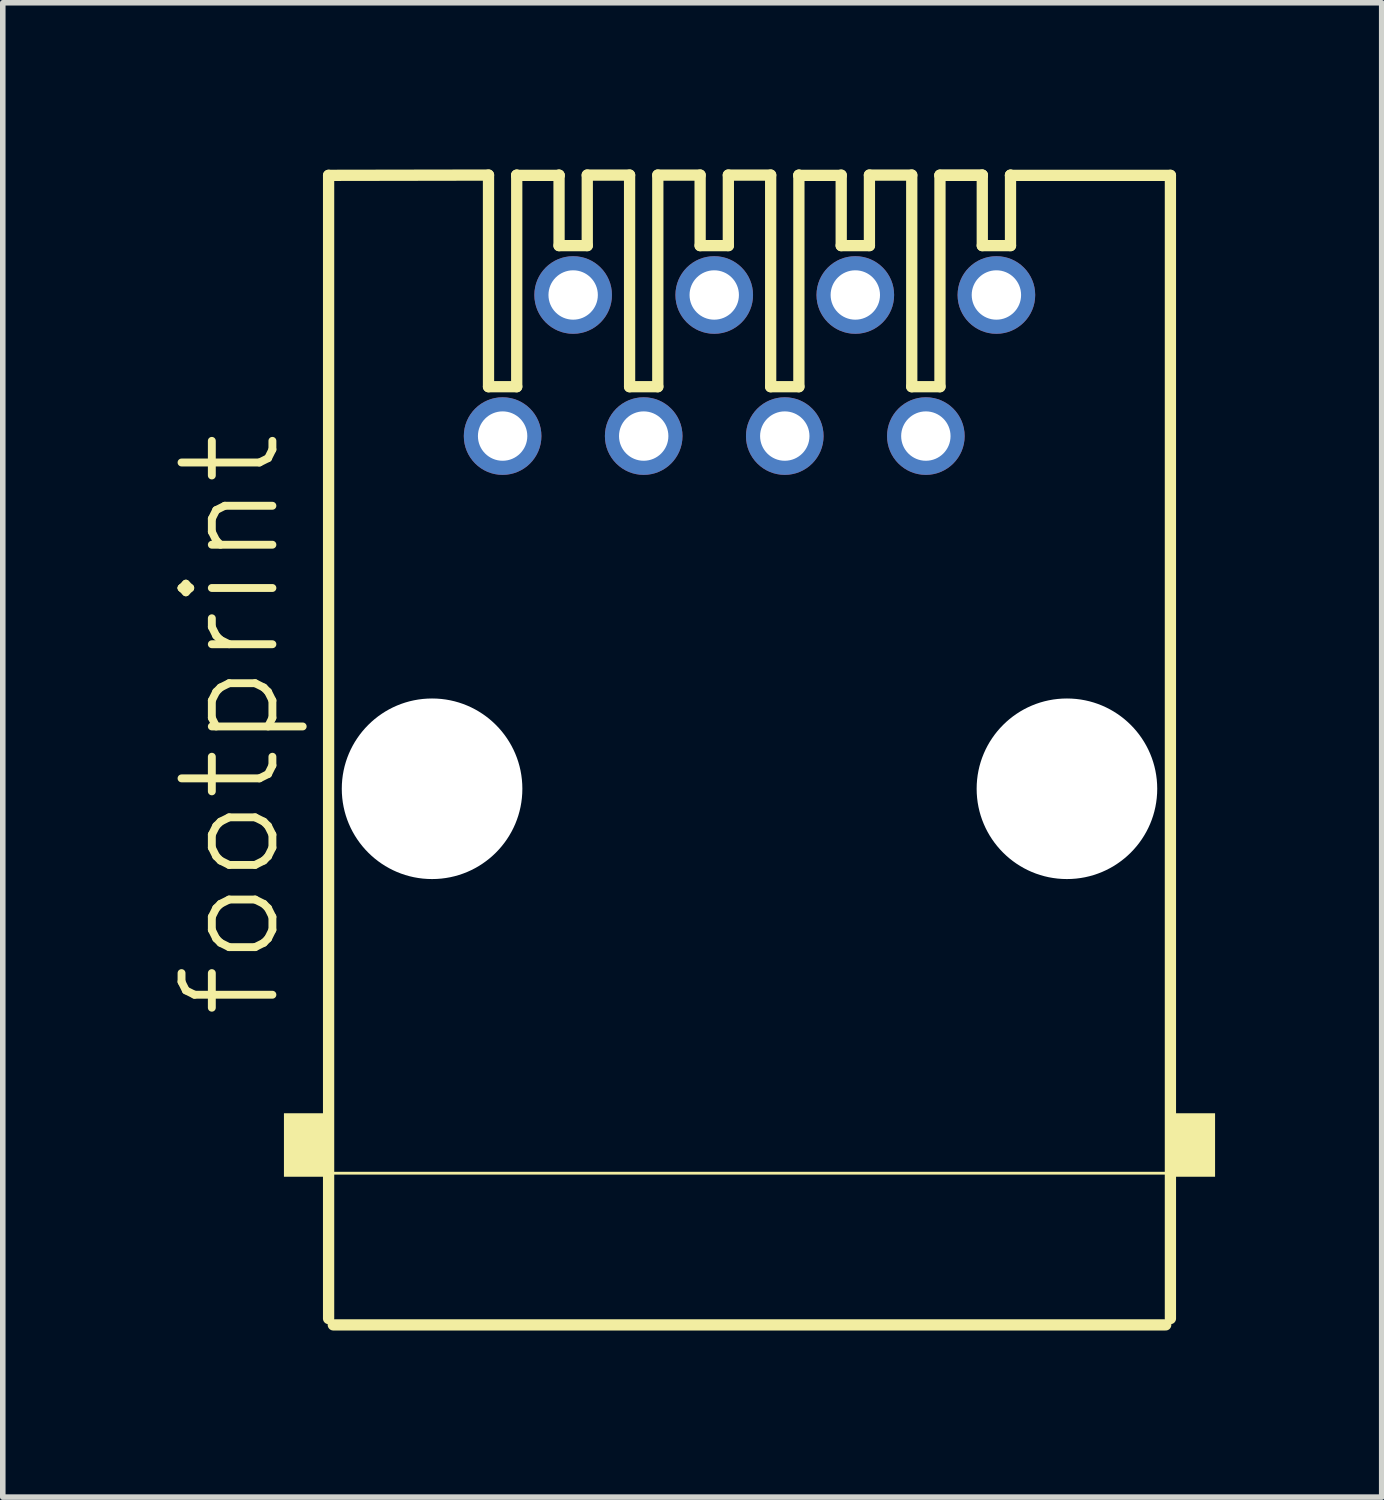
<source format=kicad_pcb>
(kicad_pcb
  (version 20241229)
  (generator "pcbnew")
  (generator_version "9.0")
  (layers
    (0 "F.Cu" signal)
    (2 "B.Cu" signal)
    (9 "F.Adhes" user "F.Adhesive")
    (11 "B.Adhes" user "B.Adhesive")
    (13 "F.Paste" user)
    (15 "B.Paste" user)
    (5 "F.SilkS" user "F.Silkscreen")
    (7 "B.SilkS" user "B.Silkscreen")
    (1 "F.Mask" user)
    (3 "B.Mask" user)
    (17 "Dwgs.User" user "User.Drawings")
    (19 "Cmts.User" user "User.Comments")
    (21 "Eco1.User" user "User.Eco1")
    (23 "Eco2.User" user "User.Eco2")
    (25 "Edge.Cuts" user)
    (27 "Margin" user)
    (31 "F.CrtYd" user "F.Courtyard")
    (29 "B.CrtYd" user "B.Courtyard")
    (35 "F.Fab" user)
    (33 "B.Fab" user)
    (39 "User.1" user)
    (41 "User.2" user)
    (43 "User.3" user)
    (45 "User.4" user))
  (footprint "footprint"
    (layer "F.Cu")
    (at 10.444 11.151)
    (property "Reference" "footprint" (at -8.382 4.191 90) (layer "F.SilkS") (effects (font (size 1.636 1.636) (thickness 0.142)) (justify left bottom)))
    (fp_line (start -7.578 -11.044) (end -4.699 -11.049) (stroke (width 0.203) (type solid)) (layer "F.SilkS"))
    (fp_line (start -7.578 9.538) (end -7.578 -11.044) (stroke (width 0.203) (type solid)) (layer "F.SilkS"))
    (fp_line (start -4.699 -11.049) (end -4.699 -7.239) (stroke (width 0.203) (type solid)) (layer "F.SilkS"))
    (fp_line (start -4.699 -7.239) (end -4.191 -7.239) (stroke (width 0.203) (type solid)) (layer "F.SilkS"))
    (fp_line (start -4.191 -11.049) (end -4.191 -11.044) (stroke (width 0.203) (type solid)) (layer "F.SilkS"))
    (fp_line (start -4.191 -11.044) (end -4.191 -7.239) (stroke (width 0.203) (type solid)) (layer "F.SilkS"))
    (fp_line (start -4.191 -11.044) (end -3.429 -11.044) (stroke (width 0.203) (type solid)) (layer "F.SilkS"))
    (fp_line (start -3.429 -11.049) (end -3.429 -11.044) (stroke (width 0.203) (type solid)) (layer "F.SilkS"))
    (fp_line (start -3.429 -11.044) (end -3.429 -9.779) (stroke (width 0.203) (type solid)) (layer "F.SilkS"))
    (fp_line (start -3.429 -9.779) (end -2.921 -9.779) (stroke (width 0.203) (type solid)) (layer "F.SilkS"))
    (fp_line (start -2.921 -11.049) (end -2.921 -9.779) (stroke (width 0.203) (type solid)) (layer "F.SilkS"))
    (fp_line (start -2.921 -11.049) (end -2.159 -11.049) (stroke (width 0.203) (type solid)) (layer "F.SilkS"))
    (fp_line (start -2.159 -11.049) (end -2.159 -7.239) (stroke (width 0.203) (type solid)) (layer "F.SilkS"))
    (fp_line (start -2.159 -7.239) (end -1.651 -7.239) (stroke (width 0.203) (type solid)) (layer "F.SilkS"))
    (fp_line (start -1.651 -11.049) (end -1.651 -7.239) (stroke (width 0.203) (type solid)) (layer "F.SilkS"))
    (fp_line (start -1.651 -11.049) (end -0.889 -11.049) (stroke (width 0.203) (type solid)) (layer "F.SilkS"))
    (fp_line (start -0.889 -11.049) (end -0.889 -9.779) (stroke (width 0.203) (type solid)) (layer "F.SilkS"))
    (fp_line (start -0.889 -9.779) (end -0.381 -9.779) (stroke (width 0.203) (type solid)) (layer "F.SilkS"))
    (fp_line (start -0.381 -11.049) (end -0.381 -9.779) (stroke (width 0.203) (type solid)) (layer "F.SilkS"))
    (fp_line (start -0.381 -11.049) (end 0.381 -11.049) (stroke (width 0.203) (type solid)) (layer "F.SilkS"))
    (fp_line (start 0.381 -11.049) (end 0.381 -7.239) (stroke (width 0.203) (type solid)) (layer "F.SilkS"))
    (fp_line (start 0.381 -7.239) (end 0.889 -7.239) (stroke (width 0.203) (type solid)) (layer "F.SilkS"))
    (fp_line (start 0.889 -11.049) (end 0.889 -11.044) (stroke (width 0.203) (type solid)) (layer "F.SilkS"))
    (fp_line (start 0.889 -11.044) (end 0.889 -7.239) (stroke (width 0.203) (type solid)) (layer "F.SilkS"))
    (fp_line (start 0.889 -11.044) (end 1.651 -11.044) (stroke (width 0.203) (type solid)) (layer "F.SilkS"))
    (fp_line (start 1.651 -11.049) (end 1.651 -9.779) (stroke (width 0.203) (type solid)) (layer "F.SilkS"))
    (fp_line (start 1.651 -9.779) (end 2.159 -9.779) (stroke (width 0.203) (type solid)) (layer "F.SilkS"))
    (fp_line (start 2.159 -11.049) (end 2.159 -9.779) (stroke (width 0.203) (type solid)) (layer "F.SilkS"))
    (fp_line (start 2.159 -11.049) (end 2.921 -11.049) (stroke (width 0.203) (type solid)) (layer "F.SilkS"))
    (fp_line (start 2.921 -11.049) (end 2.921 -7.239) (stroke (width 0.203) (type solid)) (layer "F.SilkS"))
    (fp_line (start 2.921 -7.239) (end 3.429 -7.239) (stroke (width 0.203) (type solid)) (layer "F.SilkS"))
    (fp_line (start 3.429 -11.049) (end 4.191 -11.049) (stroke (width 0.203) (type solid)) (layer "F.SilkS"))
    (fp_line (start 3.429 -11.044) (end 3.429 -7.239) (stroke (width 0.203) (type solid)) (layer "F.SilkS"))
    (fp_line (start 3.429 -11.044) (end 4.191 -11.044) (stroke (width 0.203) (type solid)) (layer "F.SilkS"))
    (fp_line (start 4.191 -11.049) (end 4.191 -9.779) (stroke (width 0.203) (type solid)) (layer "F.SilkS"))
    (fp_line (start 4.191 -9.779) (end 4.699 -9.779) (stroke (width 0.203) (type solid)) (layer "F.SilkS"))
    (fp_line (start 4.699 -11.049) (end 4.699 -11.044) (stroke (width 0.203) (type solid)) (layer "F.SilkS"))
    (fp_line (start 4.699 -11.044) (end 4.699 -9.779) (stroke (width 0.203) (type solid)) (layer "F.SilkS"))
    (fp_line (start 4.699 -11.044) (end 7.578 -11.044) (stroke (width 0.203) (type solid)) (layer "F.SilkS"))
    (fp_line (start 7.493 9.652) (end -7.493 9.652) (stroke (width 0.203) (type solid)) (layer "F.SilkS"))
    (fp_line (start 7.556 6.921) (end -7.556 6.921) (stroke (width 0.051) (type solid)) (layer "F.SilkS"))
    (fp_line (start 7.578 -11.044) (end 7.578 9.538) (stroke (width 0.203) (type solid)) (layer "F.SilkS"))
    (fp_poly (pts (xy -8.382 6.985) (xy -7.62 6.985) (xy -7.62 5.842) (xy -8.382 5.842)) (stroke (width 0) (type solid)) (fill yes) (layer "F.SilkS"))
    (fp_poly (pts (xy 7.62 6.985) (xy 8.382 6.985) (xy 8.382 5.842) (xy 7.62 5.842)) (stroke (width 0) (type solid)) (fill yes) (layer "F.SilkS"))
    (pad "" np_thru_hole circle (at -5.715 0) (size 3.251 3.251) (drill 3.251) (layers "*.Cu" "*.Mask"))
    (pad "" np_thru_hole circle (at 5.715 0) (size 3.251 3.251) (drill 3.251) (layers "*.Cu" "*.Mask"))
    (pad "1" thru_hole circle (at -4.445 -6.35) (size 1.397 1.397) (drill 0.889) (layers "*.Cu" "*.Mask"))
    (pad "2" thru_hole circle (at -3.175 -8.89) (size 1.397 1.397) (drill 0.889) (layers "*.Cu" "*.Mask"))
    (pad "3" thru_hole circle (at -1.905 -6.35) (size 1.397 1.397) (drill 0.889) (layers "*.Cu" "*.Mask"))
    (pad "4" thru_hole circle (at -0.635 -8.89) (size 1.397 1.397) (drill 0.889) (layers "*.Cu" "*.Mask"))
    (pad "5" thru_hole circle (at 0.635 -6.35) (size 1.397 1.397) (drill 0.889) (layers "*.Cu" "*.Mask"))
    (pad "6" thru_hole circle (at 1.905 -8.89) (size 1.397 1.397) (drill 0.889) (layers "*.Cu" "*.Mask"))
    (pad "7" thru_hole circle (at 3.175 -6.35) (size 1.397 1.397) (drill 0.889) (layers "*.Cu" "*.Mask"))
    (pad "8" thru_hole circle (at 4.445 -8.89) (size 1.397 1.397) (drill 0.889) (layers "*.Cu" "*.Mask")))
  (gr_rect
    (start -3 -3)
    (end 21.826 23.904)
    (stroke (width 0.1) (type default))
    (fill no)
    (layer "Edge.Cuts")))
</source>
